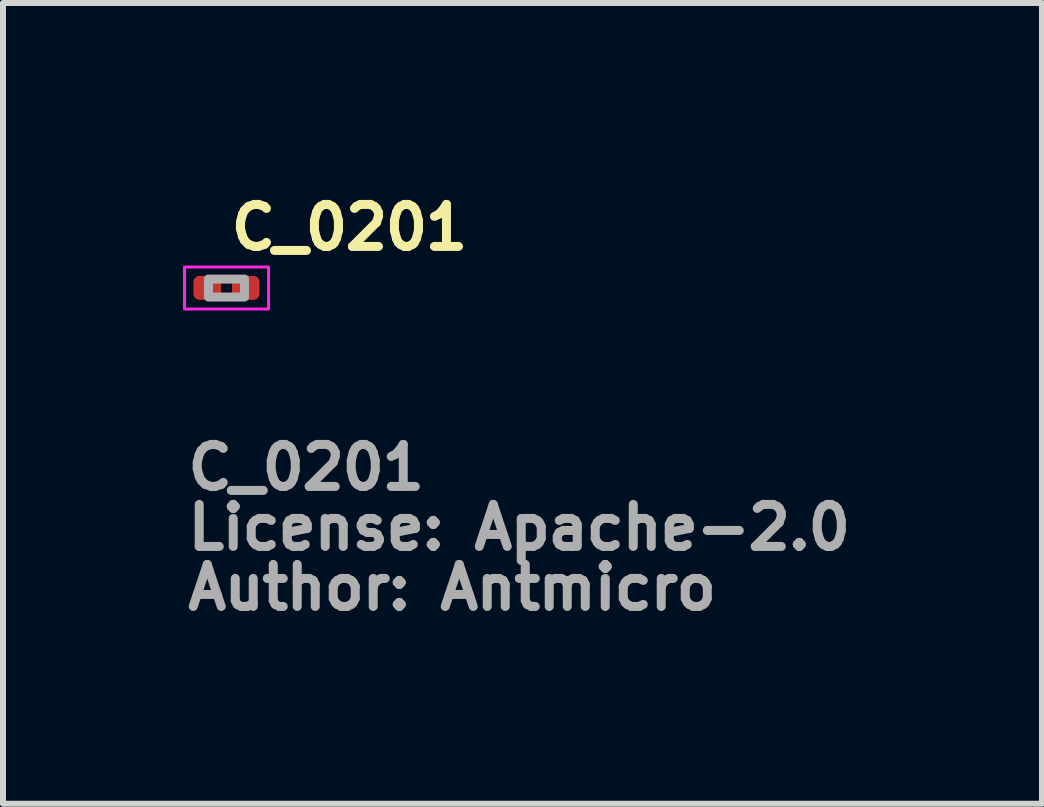
<source format=kicad_pcb>
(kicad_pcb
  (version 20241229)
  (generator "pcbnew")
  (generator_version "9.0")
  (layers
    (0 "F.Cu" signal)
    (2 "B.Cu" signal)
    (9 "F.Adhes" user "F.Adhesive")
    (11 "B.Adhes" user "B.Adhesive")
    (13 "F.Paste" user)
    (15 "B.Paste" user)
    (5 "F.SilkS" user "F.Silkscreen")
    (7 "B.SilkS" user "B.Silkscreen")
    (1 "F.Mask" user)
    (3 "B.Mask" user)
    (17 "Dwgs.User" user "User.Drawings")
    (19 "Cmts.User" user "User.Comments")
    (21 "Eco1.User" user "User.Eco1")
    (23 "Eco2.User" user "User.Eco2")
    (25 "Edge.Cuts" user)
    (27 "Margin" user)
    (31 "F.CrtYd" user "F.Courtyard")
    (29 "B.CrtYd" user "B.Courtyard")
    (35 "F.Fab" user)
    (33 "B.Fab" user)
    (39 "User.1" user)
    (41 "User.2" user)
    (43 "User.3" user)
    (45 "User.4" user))
  (footprint "C_0201"
    (layer "F.Cu")
    (at 0.725 1.75)
    (property "Reference" "C_0201" (at 0 -0.6 0) (layer "F.SilkS") (effects (font (size 0.7 0.7) (thickness 0.15)) (justify left bottom)))
    (attr smd)
    (fp_rect (start -0.7 -0.35) (end 0.7 0.35) (stroke (width 0.05) (type default)) (fill no) (layer "F.CrtYd"))
    (fp_rect (start 0.3 0.15) (end -0.301 -0.149) (stroke (width 0.15) (type solid)) (fill no) (layer "F.Fab"))
    (fp_rect (start -0.301 -0.166) (end 0.3 0.165) (stroke (width 0.1) (type solid)) (fill no) (layer "User.5"))
    (fp_line (start -0.301 -0.158) (end -0.301 -0.157) (stroke (width 0.02) (type solid)) (layer "User.9"))
    (fp_line (start -0.301 -0.157) (end -0.301 -0.156) (stroke (width 0.02) (type solid)) (layer "User.9"))
    (fp_line (start -0.301 -0.156) (end -0.301 -0.156) (stroke (width 0.02) (type solid)) (layer "User.9"))
    (fp_line (start -0.301 -0.156) (end -0.301 -0.154) (stroke (width 0.02) (type solid)) (layer "User.9"))
    (fp_line (start -0.301 -0.154) (end -0.301 -0.153) (stroke (width 0.02) (type solid)) (layer "User.9"))
    (fp_line (start -0.301 -0.153) (end -0.301 -0.153) (stroke (width 0.02) (type solid)) (layer "User.9"))
    (fp_line (start -0.301 -0.153) (end -0.301 -0.152) (stroke (width 0.02) (type solid)) (layer "User.9"))
    (fp_line (start -0.301 -0.152) (end -0.301 -0.151) (stroke (width 0.02) (type solid)) (layer "User.9"))
    (fp_line (start -0.301 -0.151) (end -0.301 -0.15) (stroke (width 0.02) (type solid)) (layer "User.9"))
    (fp_line (start -0.301 -0.15) (end -0.301 -0.149) (stroke (width 0.02) (type solid)) (layer "User.9"))
    (fp_line (start -0.301 -0.149) (end -0.301 -0.149) (stroke (width 0.02) (type solid)) (layer "User.9"))
    (fp_line (start -0.301 -0.149) (end -0.301 -0.149) (stroke (width 0.02) (type solid)) (layer "User.9"))
    (fp_line (start -0.301 -0.149) (end -0.301 -0.148) (stroke (width 0.02) (type solid)) (layer "User.9"))
    (fp_line (start -0.301 -0.148) (end -0.301 -0.147) (stroke (width 0.02) (type solid)) (layer "User.9"))
    (fp_line (start -0.301 -0.147) (end -0.301 -0.146) (stroke (width 0.02) (type solid)) (layer "User.9"))
    (fp_line (start -0.301 -0.146) (end -0.301 -0.146) (stroke (width 0.02) (type solid)) (layer "User.9"))
    (fp_line (start -0.301 -0.146) (end -0.301 -0.145) (stroke (width 0.02) (type solid)) (layer "User.9"))
    (fp_line (start -0.301 -0.145) (end -0.301 -0.144) (stroke (width 0.02) (type solid)) (layer "User.9"))
    (fp_line (start -0.301 -0.144) (end -0.301 -0.144) (stroke (width 0.02) (type solid)) (layer "User.9"))
    (fp_line (start -0.301 -0.144) (end -0.301 -0.143) (stroke (width 0.02) (type solid)) (layer "User.9"))
    (fp_line (start -0.301 -0.143) (end -0.301 -0.142) (stroke (width 0.02) (type solid)) (layer "User.9"))
    (fp_line (start -0.301 -0.142) (end -0.297 -0.142) (stroke (width 0.02) (type solid)) (layer "User.9"))
    (fp_line (start -0.301 0.143) (end -0.301 0.144) (stroke (width 0.02) (type solid)) (layer "User.9"))
    (fp_line (start -0.301 0.144) (end -0.301 0.144) (stroke (width 0.02) (type solid)) (layer "User.9"))
    (fp_line (start -0.301 0.144) (end -0.301 0.144) (stroke (width 0.02) (type solid)) (layer "User.9"))
    (fp_line (start -0.301 0.144) (end -0.301 0.146) (stroke (width 0.02) (type solid)) (layer "User.9"))
    (fp_line (start -0.301 0.146) (end -0.301 0.147) (stroke (width 0.02) (type solid)) (layer "User.9"))
    (fp_line (start -0.301 0.147) (end -0.301 0.147) (stroke (width 0.02) (type solid)) (layer "User.9"))
    (fp_line (start -0.301 0.147) (end -0.301 0.147) (stroke (width 0.02) (type solid)) (layer "User.9"))
    (fp_line (start -0.301 0.147) (end -0.301 0.148) (stroke (width 0.02) (type solid)) (layer "User.9"))
    (fp_line (start -0.301 0.148) (end -0.301 0.15) (stroke (width 0.02) (type solid)) (layer "User.9"))
    (fp_line (start -0.301 0.15) (end -0.301 -0.149) (stroke (width 0.02) (type solid)) (layer "User.9"))
    (fp_line (start -0.301 0.15) (end -0.301 0.15) (stroke (width 0.02) (type solid)) (layer "User.9"))
    (fp_line (start -0.301 0.15) (end -0.301 0.15) (stroke (width 0.02) (type solid)) (layer "User.9"))
    (fp_line (start -0.301 0.15) (end -0.301 0.151) (stroke (width 0.02) (type solid)) (layer "User.9"))
    (fp_line (start -0.301 0.151) (end -0.301 0.151) (stroke (width 0.02) (type solid)) (layer "User.9"))
    (fp_line (start -0.301 0.151) (end -0.301 0.151) (stroke (width 0.02) (type solid)) (layer "User.9"))
    (fp_line (start -0.301 0.151) (end -0.301 0.153) (stroke (width 0.02) (type solid)) (layer "User.9"))
    (fp_line (start -0.301 0.153) (end -0.301 0.153) (stroke (width 0.02) (type solid)) (layer "User.9"))
    (fp_line (start -0.301 0.153) (end -0.301 0.154) (stroke (width 0.02) (type solid)) (layer "User.9"))
    (fp_line (start -0.301 0.154) (end -0.301 0.155) (stroke (width 0.02) (type solid)) (layer "User.9"))
    (fp_line (start -0.301 0.155) (end -0.301 0.155) (stroke (width 0.02) (type solid)) (layer "User.9"))
    (fp_line (start -0.301 0.155) (end -0.301 0.155) (stroke (width 0.02) (type solid)) (layer "User.9"))
    (fp_line (start -0.301 0.155) (end -0.301 0.157) (stroke (width 0.02) (type solid)) (layer "User.9"))
    (fp_line (start -0.301 0.157) (end -0.297 0.157) (stroke (width 0.02) (type solid)) (layer "User.9"))
    (fp_line (start -0.297 -0.162) (end -0.297 -0.161) (stroke (width 0.02) (type solid)) (layer "User.9"))
    (fp_line (start -0.297 -0.161) (end -0.297 -0.161) (stroke (width 0.02) (type solid)) (layer "User.9"))
    (fp_line (start -0.297 -0.161) (end -0.297 -0.16) (stroke (width 0.02) (type solid)) (layer "User.9"))
    (fp_line (start -0.297 -0.16) (end -0.297 -0.159) (stroke (width 0.02) (type solid)) (layer "User.9"))
    (fp_line (start -0.297 -0.159) (end -0.297 -0.159) (stroke (width 0.02) (type solid)) (layer "User.9"))
    (fp_line (start -0.297 -0.159) (end -0.297 -0.158) (stroke (width 0.02) (type solid)) (layer "User.9"))
    (fp_line (start -0.297 -0.158) (end -0.301 -0.158) (stroke (width 0.02) (type solid)) (layer "User.9"))
    (fp_line (start -0.297 -0.142) (end -0.297 -0.141) (stroke (width 0.02) (type solid)) (layer "User.9"))
    (fp_line (start -0.297 -0.141) (end -0.297 -0.141) (stroke (width 0.02) (type solid)) (layer "User.9"))
    (fp_line (start -0.297 -0.141) (end -0.297 -0.14) (stroke (width 0.02) (type solid)) (layer "User.9"))
    (fp_line (start -0.297 -0.14) (end -0.297 -0.139) (stroke (width 0.02) (type solid)) (layer "User.9"))
    (fp_line (start -0.297 -0.139) (end -0.297 -0.139) (stroke (width 0.02) (type solid)) (layer "User.9"))
    (fp_line (start -0.297 -0.139) (end -0.297 -0.138) (stroke (width 0.02) (type solid)) (layer "User.9"))
    (fp_line (start -0.297 -0.138) (end -0.295 -0.138) (stroke (width 0.02) (type solid)) (layer "User.9"))
    (fp_line (start -0.297 0.138) (end -0.297 0.138) (stroke (width 0.02) (type solid)) (layer "User.9"))
    (fp_line (start -0.297 0.138) (end -0.297 0.138) (stroke (width 0.02) (type solid)) (layer "User.9"))
    (fp_line (start -0.297 0.138) (end -0.297 0.14) (stroke (width 0.02) (type solid)) (layer "User.9"))
    (fp_line (start -0.297 0.14) (end -0.297 0.142) (stroke (width 0.02) (type solid)) (layer "User.9"))
    (fp_line (start -0.297 0.142) (end -0.297 0.142) (stroke (width 0.02) (type solid)) (layer "User.9"))
    (fp_line (start -0.297 0.142) (end -0.297 0.143) (stroke (width 0.02) (type solid)) (layer "User.9"))
    (fp_line (start -0.297 0.143) (end -0.301 0.143) (stroke (width 0.02) (type solid)) (layer "User.9"))
    (fp_line (start -0.297 0.157) (end -0.297 0.158) (stroke (width 0.02) (type solid)) (layer "User.9"))
    (fp_line (start -0.297 0.158) (end -0.297 0.158) (stroke (width 0.02) (type solid)) (layer "User.9"))
    (fp_line (start -0.297 0.158) (end -0.297 0.159) (stroke (width 0.02) (type solid)) (layer "User.9"))
    (fp_line (start -0.297 0.159) (end -0.297 0.16) (stroke (width 0.02) (type solid)) (layer "User.9"))
    (fp_line (start -0.297 0.16) (end -0.297 0.16) (stroke (width 0.02) (type solid)) (layer "User.9"))
    (fp_line (start -0.297 0.16) (end -0.297 0.161) (stroke (width 0.02) (type solid)) (layer "User.9"))
    (fp_line (start -0.297 0.161) (end -0.295 0.161) (stroke (width 0.02) (type solid)) (layer "User.9"))
    (fp_line (start -0.295 -0.162) (end -0.297 -0.162) (stroke (width 0.02) (type solid)) (layer "User.9"))
    (fp_line (start -0.295 -0.138) (end -0.293 -0.137) (stroke (width 0.02) (type solid)) (layer "User.9"))
    (fp_line (start -0.295 0.138) (end -0.297 0.138) (stroke (width 0.02) (type solid)) (layer "User.9"))
    (fp_line (start -0.295 0.161) (end -0.293 0.162) (stroke (width 0.02) (type solid)) (layer "User.9"))
    (fp_line (start -0.293 -0.164) (end -0.293 -0.164) (stroke (width 0.02) (type solid)) (layer "User.9"))
    (fp_line (start -0.293 -0.164) (end -0.293 -0.163) (stroke (width 0.02) (type solid)) (layer "User.9"))
    (fp_line (start -0.293 -0.163) (end -0.295 -0.162) (stroke (width 0.02) (type solid)) (layer "User.9"))
    (fp_line (start -0.293 -0.163) (end -0.293 -0.163) (stroke (width 0.02) (type solid)) (layer "User.9"))
    (fp_line (start -0.293 -0.163) (end -0.293 -0.163) (stroke (width 0.02) (type solid)) (layer "User.9"))
    (fp_line (start -0.293 -0.137) (end -0.293 -0.137) (stroke (width 0.02) (type solid)) (layer "User.9"))
    (fp_line (start -0.293 -0.137) (end -0.293 -0.137) (stroke (width 0.02) (type solid)) (layer "User.9"))
    (fp_line (start -0.293 -0.137) (end -0.293 -0.136) (stroke (width 0.02) (type solid)) (layer "User.9"))
    (fp_line (start -0.293 -0.136) (end -0.293 -0.136) (stroke (width 0.02) (type solid)) (layer "User.9"))
    (fp_line (start -0.293 -0.136) (end -0.291 -0.136) (stroke (width 0.02) (type solid)) (layer "User.9"))
    (fp_line (start -0.293 0.135) (end -0.293 0.135) (stroke (width 0.02) (type solid)) (layer "User.9"))
    (fp_line (start -0.293 0.135) (end -0.293 0.137) (stroke (width 0.02) (type solid)) (layer "User.9"))
    (fp_line (start -0.293 0.137) (end -0.295 0.138) (stroke (width 0.02) (type solid)) (layer "User.9"))
    (fp_line (start -0.293 0.137) (end -0.293 0.137) (stroke (width 0.02) (type solid)) (layer "User.9"))
    (fp_line (start -0.293 0.137) (end -0.293 0.137) (stroke (width 0.02) (type solid)) (layer "User.9"))
    (fp_line (start -0.293 0.162) (end -0.293 0.162) (stroke (width 0.02) (type solid)) (layer "User.9"))
    (fp_line (start -0.293 0.162) (end -0.293 0.162) (stroke (width 0.02) (type solid)) (layer "User.9"))
    (fp_line (start -0.293 0.162) (end -0.293 0.163) (stroke (width 0.02) (type solid)) (layer "User.9"))
    (fp_line (start -0.293 0.163) (end -0.293 0.163) (stroke (width 0.02) (type solid)) (layer "User.9"))
    (fp_line (start -0.293 0.163) (end -0.291 0.163) (stroke (width 0.02) (type solid)) (layer "User.9"))
    (fp_line (start -0.291 -0.165) (end -0.291 -0.164) (stroke (width 0.02) (type solid)) (layer "User.9"))
    (fp_line (start -0.291 -0.164) (end -0.293 -0.164) (stroke (width 0.02) (type solid)) (layer "User.9"))
    (fp_line (start -0.291 -0.136) (end -0.291 -0.135) (stroke (width 0.02) (type solid)) (layer "User.9"))
    (fp_line (start -0.291 -0.135) (end -0.289 -0.135) (stroke (width 0.02) (type solid)) (layer "User.9"))
    (fp_line (start -0.291 0.135) (end -0.293 0.135) (stroke (width 0.02) (type solid)) (layer "User.9"))
    (fp_line (start -0.291 0.135) (end -0.291 0.135) (stroke (width 0.02) (type solid)) (layer "User.9"))
    (fp_line (start -0.291 0.163) (end -0.291 0.164) (stroke (width 0.02) (type solid)) (layer "User.9"))
    (fp_line (start -0.291 0.164) (end -0.289 0.164) (stroke (width 0.02) (type solid)) (layer "User.9"))
    (fp_line (start -0.289 -0.165) (end -0.291 -0.165) (stroke (width 0.02) (type solid)) (layer "User.9"))
    (fp_line (start -0.289 -0.165) (end -0.289 -0.165) (stroke (width 0.02) (type solid)) (layer "User.9"))
    (fp_line (start -0.289 -0.165) (end -0.289 -0.165) (stroke (width 0.02) (type solid)) (layer "User.9"))
    (fp_line (start -0.289 -0.165) (end -0.289 -0.165) (stroke (width 0.02) (type solid)) (layer "User.9"))
    (fp_line (start -0.289 -0.135) (end -0.289 -0.135) (stroke (width 0.02) (type solid)) (layer "User.9"))
    (fp_line (start -0.289 -0.135) (end -0.289 -0.135) (stroke (width 0.02) (type solid)) (layer "User.9"))
    (fp_line (start -0.289 -0.135) (end -0.289 -0.135) (stroke (width 0.02) (type solid)) (layer "User.9"))
    (fp_line (start -0.289 -0.135) (end -0.287 -0.135) (stroke (width 0.02) (type solid)) (layer "User.9"))
    (fp_line (start -0.289 0.135) (end -0.291 0.135) (stroke (width 0.02) (type solid)) (layer "User.9"))
    (fp_line (start -0.289 0.135) (end -0.289 0.135) (stroke (width 0.02) (type solid)) (layer "User.9"))
    (fp_line (start -0.289 0.135) (end -0.289 0.135) (stroke (width 0.02) (type solid)) (layer "User.9"))
    (fp_line (start -0.289 0.135) (end -0.289 0.135) (stroke (width 0.02) (type solid)) (layer "User.9"))
    (fp_line (start -0.289 0.164) (end -0.289 0.164) (stroke (width 0.02) (type solid)) (layer "User.9"))
    (fp_line (start -0.289 0.164) (end -0.289 0.164) (stroke (width 0.02) (type solid)) (layer "User.9"))
    (fp_line (start -0.289 0.164) (end -0.289 0.164) (stroke (width 0.02) (type solid)) (layer "User.9"))
    (fp_line (start -0.289 0.164) (end -0.287 0.164) (stroke (width 0.02) (type solid)) (layer "User.9"))
    (fp_line (start -0.287 -0.165) (end -0.289 -0.165) (stroke (width 0.02) (type solid)) (layer "User.9"))
    (fp_line (start -0.287 -0.135) (end -0.285 -0.135) (stroke (width 0.02) (type solid)) (layer "User.9"))
    (fp_line (start -0.287 0.135) (end -0.289 0.135) (stroke (width 0.02) (type solid)) (layer "User.9"))
    (fp_line (start -0.287 0.164) (end -0.285 0.164) (stroke (width 0.02) (type solid)) (layer "User.9"))
    (fp_line (start -0.285 -0.166) (end -0.285 -0.166) (stroke (width 0.02) (type solid)) (layer "User.9"))
    (fp_line (start -0.285 -0.166) (end -0.285 -0.165) (stroke (width 0.02) (type solid)) (layer "User.9"))
    (fp_line (start -0.285 -0.166) (end -0.152 -0.166) (stroke (width 0.02) (type solid)) (layer "User.9"))
    (fp_line (start -0.285 -0.165) (end -0.287 -0.165) (stroke (width 0.02) (type solid)) (layer "User.9"))
    (fp_line (start -0.285 -0.165) (end -0.285 -0.166) (stroke (width 0.02) (type solid)) (layer "User.9"))
    (fp_line (start -0.285 -0.165) (end -0.285 -0.165) (stroke (width 0.02) (type solid)) (layer "User.9"))
    (fp_line (start -0.285 -0.135) (end -0.285 -0.135) (stroke (width 0.02) (type solid)) (layer "User.9"))
    (fp_line (start -0.285 -0.135) (end -0.285 -0.135) (stroke (width 0.02) (type solid)) (layer "User.9"))
    (fp_line (start -0.285 -0.135) (end -0.285 -0.135) (stroke (width 0.02) (type solid)) (layer "User.9"))
    (fp_line (start -0.285 -0.135) (end -0.285 -0.135) (stroke (width 0.02) (type solid)) (layer "User.9"))
    (fp_line (start -0.285 -0.135) (end -0.283 -0.135) (stroke (width 0.02) (type solid)) (layer "User.9"))
    (fp_line (start -0.285 0.135) (end -0.287 0.135) (stroke (width 0.02) (type solid)) (layer "User.9"))
    (fp_line (start -0.285 0.135) (end -0.285 0.135) (stroke (width 0.02) (type solid)) (layer "User.9"))
    (fp_line (start -0.285 0.135) (end -0.285 0.135) (stroke (width 0.02) (type solid)) (layer "User.9"))
    (fp_line (start -0.285 0.135) (end -0.285 0.135) (stroke (width 0.02) (type solid)) (layer "User.9"))
    (fp_line (start -0.285 0.135) (end -0.285 0.135) (stroke (width 0.02) (type solid)) (layer "User.9"))
    (fp_line (start -0.285 0.164) (end -0.285 0.164) (stroke (width 0.02) (type solid)) (layer "User.9"))
    (fp_line (start -0.285 0.164) (end -0.285 0.165) (stroke (width 0.02) (type solid)) (layer "User.9"))
    (fp_line (start -0.285 0.164) (end -0.283 0.164) (stroke (width 0.02) (type solid)) (layer "User.9"))
    (fp_line (start -0.285 0.165) (end -0.285 0.164) (stroke (width 0.02) (type solid)) (layer "User.9"))
    (fp_line (start -0.285 0.165) (end -0.285 0.165) (stroke (width 0.02) (type solid)) (layer "User.9"))
    (fp_line (start -0.283 -0.165) (end -0.285 -0.165) (stroke (width 0.02) (type solid)) (layer "User.9"))
    (fp_line (start -0.283 -0.135) (end -0.281 -0.135) (stroke (width 0.02) (type solid)) (layer "User.9"))
    (fp_line (start -0.283 0.135) (end -0.285 0.135) (stroke (width 0.02) (type solid)) (layer "User.9"))
    (fp_line (start -0.283 0.164) (end -0.281 0.164) (stroke (width 0.02) (type solid)) (layer "User.9"))
    (fp_line (start -0.281 -0.165) (end -0.283 -0.165) (stroke (width 0.02) (type solid)) (layer "User.9"))
    (fp_line (start -0.281 -0.165) (end -0.281 -0.165) (stroke (width 0.02) (type solid)) (layer "User.9"))
    (fp_line (start -0.281 -0.165) (end -0.281 -0.165) (stroke (width 0.02) (type solid)) (layer "User.9"))
    (fp_line (start -0.281 -0.165) (end -0.281 -0.165) (stroke (width 0.02) (type solid)) (layer "User.9"))
    (fp_line (start -0.281 -0.164) (end -0.281 -0.165) (stroke (width 0.02) (type solid)) (layer "User.9"))
    (fp_line (start -0.281 -0.136) (end -0.279 -0.136) (stroke (width 0.02) (type solid)) (layer "User.9"))
    (fp_line (start -0.281 -0.135) (end -0.281 -0.136) (stroke (width 0.02) (type solid)) (layer "User.9"))
    (fp_line (start -0.281 -0.135) (end -0.281 -0.135) (stroke (width 0.02) (type solid)) (layer "User.9"))
    (fp_line (start -0.281 -0.135) (end -0.281 -0.135) (stroke (width 0.02) (type solid)) (layer "User.9"))
    (fp_line (start -0.281 -0.135) (end -0.281 -0.135) (stroke (width 0.02) (type solid)) (layer "User.9"))
    (fp_line (start -0.281 0.135) (end -0.283 0.135) (stroke (width 0.02) (type solid)) (layer "User.9"))
    (fp_line (start -0.281 0.135) (end -0.281 0.135) (stroke (width 0.02) (type solid)) (layer "User.9"))
    (fp_line (start -0.281 0.135) (end -0.281 0.135) (stroke (width 0.02) (type solid)) (layer "User.9"))
    (fp_line (start -0.281 0.135) (end -0.281 0.135) (stroke (width 0.02) (type solid)) (layer "User.9"))
    (fp_line (start -0.281 0.135) (end -0.281 0.135) (stroke (width 0.02) (type solid)) (layer "User.9"))
    (fp_line (start -0.281 0.163) (end -0.279 0.163) (stroke (width 0.02) (type solid)) (layer "User.9"))
    (fp_line (start -0.281 0.164) (end -0.281 0.163) (stroke (width 0.02) (type solid)) (layer "User.9"))
    (fp_line (start -0.281 0.164) (end -0.281 0.164) (stroke (width 0.02) (type solid)) (layer "User.9"))
    (fp_line (start -0.281 0.164) (end -0.281 0.164) (stroke (width 0.02) (type solid)) (layer "User.9"))
    (fp_line (start -0.281 0.164) (end -0.281 0.164) (stroke (width 0.02) (type solid)) (layer "User.9"))
    (fp_line (start -0.279 -0.164) (end -0.281 -0.164) (stroke (width 0.02) (type solid)) (layer "User.9"))
    (fp_line (start -0.279 -0.136) (end -0.277 -0.136) (stroke (width 0.02) (type solid)) (layer "User.9"))
    (fp_line (start -0.279 0.135) (end -0.281 0.135) (stroke (width 0.02) (type solid)) (layer "User.9"))
    (fp_line (start -0.279 0.163) (end -0.277 0.163) (stroke (width 0.02) (type solid)) (layer "User.9"))
    (fp_line (start -0.277 -0.164) (end -0.279 -0.164) (stroke (width 0.02) (type solid)) (layer "User.9"))
    (fp_line (start -0.277 -0.163) (end -0.277 -0.164) (stroke (width 0.02) (type solid)) (layer "User.9"))
    (fp_line (start -0.277 -0.163) (end -0.277 -0.163) (stroke (width 0.02) (type solid)) (layer "User.9"))
    (fp_line (start -0.277 -0.163) (end -0.277 -0.163) (stroke (width 0.02) (type solid)) (layer "User.9"))
    (fp_line (start -0.277 -0.162) (end -0.277 -0.163) (stroke (width 0.02) (type solid)) (layer "User.9"))
    (fp_line (start -0.277 -0.162) (end -0.277 -0.162) (stroke (width 0.02) (type solid)) (layer "User.9"))
    (fp_line (start -0.277 -0.161) (end -0.277 -0.162) (stroke (width 0.02) (type solid)) (layer "User.9"))
    (fp_line (start -0.277 -0.139) (end -0.275 -0.139) (stroke (width 0.02) (type solid)) (layer "User.9"))
    (fp_line (start -0.277 -0.138) (end -0.277 -0.139) (stroke (width 0.02) (type solid)) (layer "User.9"))
    (fp_line (start -0.277 -0.138) (end -0.277 -0.138) (stroke (width 0.02) (type solid)) (layer "User.9"))
    (fp_line (start -0.277 -0.137) (end -0.277 -0.138) (stroke (width 0.02) (type solid)) (layer "User.9"))
    (fp_line (start -0.277 -0.137) (end -0.277 -0.137) (stroke (width 0.02) (type solid)) (layer "User.9"))
    (fp_line (start -0.277 -0.137) (end -0.277 -0.137) (stroke (width 0.02) (type solid)) (layer "User.9"))
    (fp_line (start -0.277 -0.136) (end -0.277 -0.137) (stroke (width 0.02) (type solid)) (layer "User.9"))
    (fp_line (start -0.277 0.135) (end -0.279 0.135) (stroke (width 0.02) (type solid)) (layer "User.9"))
    (fp_line (start -0.277 0.137) (end -0.277 0.135) (stroke (width 0.02) (type solid)) (layer "User.9"))
    (fp_line (start -0.277 0.137) (end -0.277 0.137) (stroke (width 0.02) (type solid)) (layer "User.9"))
    (fp_line (start -0.277 0.137) (end -0.277 0.137) (stroke (width 0.02) (type solid)) (layer "User.9"))
    (fp_line (start -0.277 0.138) (end -0.277 0.137) (stroke (width 0.02) (type solid)) (layer "User.9"))
    (fp_line (start -0.277 0.138) (end -0.277 0.138) (stroke (width 0.02) (type solid)) (layer "User.9"))
    (fp_line (start -0.277 0.138) (end -0.277 0.138) (stroke (width 0.02) (type solid)) (layer "User.9"))
    (fp_line (start -0.277 0.16) (end -0.275 0.16) (stroke (width 0.02) (type solid)) (layer "User.9"))
    (fp_line (start -0.277 0.161) (end -0.277 0.16) (stroke (width 0.02) (type solid)) (layer "User.9"))
    (fp_line (start -0.277 0.161) (end -0.277 0.161) (stroke (width 0.02) (type solid)) (layer "User.9"))
    (fp_line (start -0.277 0.162) (end -0.277 0.161) (stroke (width 0.02) (type solid)) (layer "User.9"))
    (fp_line (start -0.277 0.162) (end -0.277 0.162) (stroke (width 0.02) (type solid)) (layer "User.9"))
    (fp_line (start -0.277 0.162) (end -0.277 0.162) (stroke (width 0.02) (type solid)) (layer "User.9"))
    (fp_line (start -0.277 0.163) (end -0.277 0.162) (stroke (width 0.02) (type solid)) (layer "User.9"))
    (fp_line (start -0.275 -0.161) (end -0.277 -0.161) (stroke (width 0.02) (type solid)) (layer "User.9"))
    (fp_line (start -0.275 -0.16) (end -0.275 -0.161) (stroke (width 0.02) (type solid)) (layer "User.9"))
    (fp_line (start -0.275 -0.14) (end -0.273 -0.141) (stroke (width 0.02) (type solid)) (layer "User.9"))
    (fp_line (start -0.275 -0.139) (end -0.275 -0.14) (stroke (width 0.02) (type solid)) (layer "User.9"))
    (fp_line (start -0.275 0.138) (end -0.277 0.138) (stroke (width 0.02) (type solid)) (layer "User.9"))
    (fp_line (start -0.275 0.14) (end -0.275 0.138) (stroke (width 0.02) (type solid)) (layer "User.9"))
    (fp_line (start -0.275 0.159) (end -0.273 0.158) (stroke (width 0.02) (type solid)) (layer "User.9"))
    (fp_line (start -0.275 0.16) (end -0.275 0.159) (stroke (width 0.02) (type solid)) (layer "User.9"))
    (fp_line (start -0.273 -0.159) (end -0.275 -0.16) (stroke (width 0.02) (type solid)) (layer "User.9"))
    (fp_line (start -0.273 -0.159) (end -0.273 -0.159) (stroke (width 0.02) (type solid)) (layer "User.9"))
    (fp_line (start -0.273 -0.158) (end -0.273 -0.159) (stroke (width 0.02) (type solid)) (layer "User.9"))
    (fp_line (start -0.273 -0.158) (end -0.273 -0.158) (stroke (width 0.02) (type solid)) (layer "User.9"))
    (fp_line (start -0.273 -0.157) (end -0.273 -0.158) (stroke (width 0.02) (type solid)) (layer "User.9"))
    (fp_line (start -0.273 -0.156) (end -0.273 -0.157) (stroke (width 0.02) (type solid)) (layer "User.9"))
    (fp_line (start -0.273 -0.156) (end -0.273 -0.156) (stroke (width 0.02) (type solid)) (layer "User.9"))
    (fp_line (start -0.273 -0.154) (end -0.273 -0.156) (stroke (width 0.02) (type solid)) (layer "User.9"))
    (fp_line (start -0.273 -0.153) (end -0.273 -0.154) (stroke (width 0.02) (type solid)) (layer "User.9"))
    (fp_line (start -0.273 -0.153) (end -0.273 -0.153) (stroke (width 0.02) (type solid)) (layer "User.9"))
    (fp_line (start -0.273 -0.152) (end -0.273 -0.153) (stroke (width 0.02) (type solid)) (layer "User.9"))
    (fp_line (start -0.273 -0.151) (end -0.273 -0.152) (stroke (width 0.02) (type solid)) (layer "User.9"))
    (fp_line (start -0.273 -0.15) (end -0.273 -0.151) (stroke (width 0.02) (type solid)) (layer "User.9"))
    (fp_line (start -0.273 -0.149) (end -0.273 -0.15) (stroke (width 0.02) (type solid)) (layer "User.9"))
    (fp_line (start -0.273 -0.149) (end -0.273 -0.149) (stroke (width 0.02) (type solid)) (layer "User.9"))
    (fp_line (start -0.273 -0.149) (end -0.273 -0.149) (stroke (width 0.02) (type solid)) (layer "User.9"))
    (fp_line (start -0.273 -0.149) (end -0.273 -0.149) (stroke (width 0.02) (type solid)) (layer "User.9"))
    (fp_line (start -0.273 -0.148) (end -0.273 -0.149) (stroke (width 0.02) (type solid)) (layer "User.9"))
    (fp_line (start -0.273 -0.147) (end -0.273 -0.148) (stroke (width 0.02) (type solid)) (layer "User.9"))
    (fp_line (start -0.273 -0.146) (end -0.273 -0.147) (stroke (width 0.02) (type solid)) (layer "User.9"))
    (fp_line (start -0.273 -0.146) (end -0.273 -0.146) (stroke (width 0.02) (type solid)) (layer "User.9"))
    (fp_line (start -0.273 -0.145) (end -0.273 -0.146) (stroke (width 0.02) (type solid)) (layer "User.9"))
    (fp_line (start -0.273 -0.144) (end -0.273 -0.145) (stroke (width 0.02) (type solid)) (layer "User.9"))
    (fp_line (start -0.273 -0.144) (end -0.273 -0.144) (stroke (width 0.02) (type solid)) (layer "User.9"))
    (fp_line (start -0.273 -0.143) (end -0.273 -0.144) (stroke (width 0.02) (type solid)) (layer "User.9"))
    (fp_line (start -0.273 -0.142) (end -0.273 -0.143) (stroke (width 0.02) (type solid)) (layer "User.9"))
    (fp_line (start -0.273 -0.142) (end -0.273 -0.142) (stroke (width 0.02) (type solid)) (layer "User.9"))
    (fp_line (start -0.273 -0.141) (end -0.273 -0.142) (stroke (width 0.02) (type solid)) (layer "User.9"))
    (fp_line (start -0.273 -0.141) (end -0.273 -0.141) (stroke (width 0.02) (type solid)) (layer "User.9"))
    (fp_line (start -0.273 0.142) (end -0.275 0.14) (stroke (width 0.02) (type solid)) (layer "User.9"))
    (fp_line (start -0.273 0.142) (end -0.273 0.142) (stroke (width 0.02) (type solid)) (layer "User.9"))
    (fp_line (start -0.273 0.143) (end -0.273 0.142) (stroke (width 0.02) (type solid)) (layer "User.9"))
    (fp_line (start -0.273 0.143) (end -0.273 0.143) (stroke (width 0.02) (type solid)) (layer "User.9"))
    (fp_line (start -0.273 0.144) (end -0.273 0.143) (stroke (width 0.02) (type solid)) (layer "User.9"))
    (fp_line (start -0.273 0.144) (end -0.273 0.144) (stroke (width 0.02) (type solid)) (layer "User.9"))
    (fp_line (start -0.273 0.144) (end -0.273 0.144) (stroke (width 0.02) (type solid)) (layer "User.9"))
    (fp_line (start -0.273 0.146) (end -0.273 0.144) (stroke (width 0.02) (type solid)) (layer "User.9"))
    (fp_line (start -0.273 0.147) (end -0.273 0.146) (stroke (width 0.02) (type solid)) (layer "User.9"))
    (fp_line (start -0.273 0.147) (end -0.273 0.147) (stroke (width 0.02) (type solid)) (layer "User.9"))
    (fp_line (start -0.273 0.147) (end -0.273 0.147) (stroke (width 0.02) (type solid)) (layer "User.9"))
    (fp_line (start -0.273 0.148) (end -0.273 0.147) (stroke (width 0.02) (type solid)) (layer "User.9"))
    (fp_line (start -0.273 0.15) (end -0.273 0.148) (stroke (width 0.02) (type solid)) (layer "User.9"))
    (fp_line (start -0.273 0.15) (end -0.273 0.15) (stroke (width 0.02) (type solid)) (layer "User.9"))
    (fp_line (start -0.273 0.15) (end -0.273 0.15) (stroke (width 0.02) (type solid)) (layer "User.9"))
    (fp_line (start -0.273 0.15) (end -0.273 0.15) (stroke (width 0.02) (type solid)) (layer "User.9"))
    (fp_line (start -0.273 0.151) (end -0.273 0.15) (stroke (width 0.02) (type solid)) (layer "User.9"))
    (fp_line (start -0.273 0.151) (end -0.273 0.151) (stroke (width 0.02) (type solid)) (layer "User.9"))
    (fp_line (start -0.273 0.151) (end -0.273 0.151) (stroke (width 0.02) (type solid)) (layer "User.9"))
    (fp_line (start -0.273 0.153) (end -0.273 0.151) (stroke (width 0.02) (type solid)) (layer "User.9"))
    (fp_line (start -0.273 0.153) (end -0.273 0.153) (stroke (width 0.02) (type solid)) (layer "User.9"))
    (fp_line (start -0.273 0.154) (end -0.273 0.153) (stroke (width 0.02) (type solid)) (layer "User.9"))
    (fp_line (start -0.273 0.155) (end -0.273 0.154) (stroke (width 0.02) (type solid)) (layer "User.9"))
    (fp_line (start -0.273 0.155) (end -0.273 0.155) (stroke (width 0.02) (type solid)) (layer "User.9"))
    (fp_line (start -0.273 0.155) (end -0.273 0.155) (stroke (width 0.02) (type solid)) (layer "User.9"))
    (fp_line (start -0.273 0.157) (end -0.273 0.155) (stroke (width 0.02) (type solid)) (layer "User.9"))
    (fp_line (start -0.273 0.157) (end -0.273 0.157) (stroke (width 0.02) (type solid)) (layer "User.9"))
    (fp_line (start -0.273 0.158) (end -0.273 0.157) (stroke (width 0.02) (type solid)) (layer "User.9"))
    (fp_line (start -0.273 0.158) (end -0.273 0.158) (stroke (width 0.02) (type solid)) (layer "User.9"))
    (fp_line (start -0.152 -0.166) (end -0.152 -0.149) (stroke (width 0.02) (type solid)) (layer "User.9"))
    (fp_line (start -0.152 -0.149) (end -0.152 0.15) (stroke (width 0.02) (type solid)) (layer "User.9"))
    (fp_line (start -0.152 0.15) (end -0.152 0.165) (stroke (width 0.02) (type solid)) (layer "User.9"))
    (fp_line (start -0.152 0.165) (end -0.285 0.165) (stroke (width 0.02) (type solid)) (layer "User.9"))
    (fp_line (start 0.151 -0.166) (end 0.151 -0.149) (stroke (width 0.02) (type solid)) (layer "User.9"))
    (fp_line (start 0.151 -0.158) (end -0.152 -0.158) (stroke (width 0.02) (type solid)) (layer "User.9"))
    (fp_line (start 0.151 -0.149) (end 0.151 0.15) (stroke (width 0.02) (type solid)) (layer "User.9"))
    (fp_line (start 0.151 0.15) (end 0.151 0.165) (stroke (width 0.02) (type solid)) (layer "User.9"))
    (fp_line (start 0.151 0.157) (end -0.152 0.157) (stroke (width 0.02) (type solid)) (layer "User.9"))
    (fp_line (start 0.151 0.165) (end 0.284 0.165) (stroke (width 0.02) (type solid)) (layer "User.9"))
    (fp_line (start 0.27 -0.158) (end 0.27 -0.157) (stroke (width 0.02) (type solid)) (layer "User.9"))
    (fp_line (start 0.27 -0.157) (end 0.27 -0.156) (stroke (width 0.02) (type solid)) (layer "User.9"))
    (fp_line (start 0.27 -0.156) (end 0.27 -0.156) (stroke (width 0.02) (type solid)) (layer "User.9"))
    (fp_line (start 0.27 -0.156) (end 0.27 -0.154) (stroke (width 0.02) (type solid)) (layer "User.9"))
    (fp_line (start 0.27 -0.154) (end 0.27 -0.153) (stroke (width 0.02) (type solid)) (layer "User.9"))
    (fp_line (start 0.27 -0.153) (end 0.27 -0.153) (stroke (width 0.02) (type solid)) (layer "User.9"))
    (fp_line (start 0.27 -0.153) (end 0.27 -0.152) (stroke (width 0.02) (type solid)) (layer "User.9"))
    (fp_line (start 0.27 -0.152) (end 0.27 -0.151) (stroke (width 0.02) (type solid)) (layer "User.9"))
    (fp_line (start 0.27 -0.151) (end 0.27 -0.15) (stroke (width 0.02) (type solid)) (layer "User.9"))
    (fp_line (start 0.27 -0.15) (end 0.27 -0.149) (stroke (width 0.02) (type solid)) (layer "User.9"))
    (fp_line (start 0.27 -0.149) (end 0.27 -0.149) (stroke (width 0.02) (type solid)) (layer "User.9"))
    (fp_line (start 0.27 -0.149) (end 0.27 -0.149) (stroke (width 0.02) (type solid)) (layer "User.9"))
    (fp_line (start 0.27 -0.149) (end 0.27 -0.148) (stroke (width 0.02) (type solid)) (layer "User.9"))
    (fp_line (start 0.27 -0.148) (end 0.27 -0.147) (stroke (width 0.02) (type solid)) (layer "User.9"))
    (fp_line (start 0.27 -0.147) (end 0.27 -0.146) (stroke (width 0.02) (type solid)) (layer "User.9"))
    (fp_line (start 0.27 -0.146) (end 0.27 -0.146) (stroke (width 0.02) (type solid)) (layer "User.9"))
    (fp_line (start 0.27 -0.146) (end 0.27 -0.145) (stroke (width 0.02) (type solid)) (layer "User.9"))
    (fp_line (start 0.27 -0.145) (end 0.27 -0.144) (stroke (width 0.02) (type solid)) (layer "User.9"))
    (fp_line (start 0.27 -0.144) (end 0.27 -0.144) (stroke (width 0.02) (type solid)) (layer "User.9"))
    (fp_line (start 0.27 -0.144) (end 0.27 -0.143) (stroke (width 0.02) (type solid)) (layer "User.9"))
    (fp_line (start 0.27 -0.143) (end 0.27 -0.142) (stroke (width 0.02) (type solid)) (layer "User.9"))
    (fp_line (start 0.27 -0.142) (end 0.272 -0.142) (stroke (width 0.02) (type solid)) (layer "User.9"))
    (fp_line (start 0.27 0.143) (end 0.27 0.144) (stroke (width 0.02) (type solid)) (layer "User.9"))
    (fp_line (start 0.27 0.144) (end 0.27 0.144) (stroke (width 0.02) (type solid)) (layer "User.9"))
    (fp_line (start 0.27 0.144) (end 0.27 0.144) (stroke (width 0.02) (type solid)) (layer "User.9"))
    (fp_line (start 0.27 0.144) (end 0.27 0.146) (stroke (width 0.02) (type solid)) (layer "User.9"))
    (fp_line (start 0.27 0.146) (end 0.27 0.147) (stroke (width 0.02) (type solid)) (layer "User.9"))
    (fp_line (start 0.27 0.147) (end 0.27 0.147) (stroke (width 0.02) (type solid)) (layer "User.9"))
    (fp_line (start 0.27 0.147) (end 0.27 0.147) (stroke (width 0.02) (type solid)) (layer "User.9"))
    (fp_line (start 0.27 0.147) (end 0.27 0.148) (stroke (width 0.02) (type solid)) (layer "User.9"))
    (fp_line (start 0.27 0.148) (end 0.27 0.15) (stroke (width 0.02) (type solid)) (layer "User.9"))
    (fp_line (start 0.27 0.15) (end 0.27 0.15) (stroke (width 0.02) (type solid)) (layer "User.9"))
    (fp_line (start 0.27 0.15) (end 0.27 0.15) (stroke (width 0.02) (type solid)) (layer "User.9"))
    (fp_line (start 0.27 0.15) (end 0.27 0.151) (stroke (width 0.02) (type solid)) (layer "User.9"))
    (fp_line (start 0.27 0.151) (end 0.27 0.151) (stroke (width 0.02) (type solid)) (layer "User.9"))
    (fp_line (start 0.27 0.151) (end 0.27 0.151) (stroke (width 0.02) (type solid)) (layer "User.9"))
    (fp_line (start 0.27 0.151) (end 0.27 0.153) (stroke (width 0.02) (type solid)) (layer "User.9"))
    (fp_line (start 0.27 0.153) (end 0.27 0.153) (stroke (width 0.02) (type solid)) (layer "User.9"))
    (fp_line (start 0.27 0.153) (end 0.27 0.154) (stroke (width 0.02) (type solid)) (layer "User.9"))
    (fp_line (start 0.27 0.154) (end 0.27 0.155) (stroke (width 0.02) (type solid)) (layer "User.9"))
    (fp_line (start 0.27 0.155) (end 0.27 0.155) (stroke (width 0.02) (type solid)) (layer "User.9"))
    (fp_line (start 0.27 0.155) (end 0.27 0.155) (stroke (width 0.02) (type solid)) (layer "User.9"))
    (fp_line (start 0.27 0.155) (end 0.27 0.157) (stroke (width 0.02) (type solid)) (layer "User.9"))
    (fp_line (start 0.27 0.157) (end 0.272 0.157) (stroke (width 0.02) (type solid)) (layer "User.9"))
    (fp_line (start 0.272 -0.162) (end 0.272 -0.161) (stroke (width 0.02) (type solid)) (layer "User.9"))
    (fp_line (start 0.272 -0.161) (end 0.272 -0.161) (stroke (width 0.02) (type solid)) (layer "User.9"))
    (fp_line (start 0.272 -0.161) (end 0.272 -0.16) (stroke (width 0.02) (type solid)) (layer "User.9"))
    (fp_line (start 0.272 -0.16) (end 0.272 -0.159) (stroke (width 0.02) (type solid)) (layer "User.9"))
    (fp_line (start 0.272 -0.159) (end 0.272 -0.159) (stroke (width 0.02) (type solid)) (layer "User.9"))
    (fp_line (start 0.272 -0.159) (end 0.272 -0.158) (stroke (width 0.02) (type solid)) (layer "User.9"))
    (fp_line (start 0.272 -0.158) (end 0.27 -0.158) (stroke (width 0.02) (type solid)) (layer "User.9"))
    (fp_line (start 0.272 -0.142) (end 0.272 -0.141) (stroke (width 0.02) (type solid)) (layer "User.9"))
    (fp_line (start 0.272 -0.141) (end 0.272 -0.141) (stroke (width 0.02) (type solid)) (layer "User.9"))
    (fp_line (start 0.272 -0.141) (end 0.272 -0.14) (stroke (width 0.02) (type solid)) (layer "User.9"))
    (fp_line (start 0.272 -0.14) (end 0.272 -0.139) (stroke (width 0.02) (type solid)) (layer "User.9"))
    (fp_line (start 0.272 -0.139) (end 0.272 -0.139) (stroke (width 0.02) (type solid)) (layer "User.9"))
    (fp_line (start 0.272 -0.139) (end 0.272 -0.138) (stroke (width 0.02) (type solid)) (layer "User.9"))
    (fp_line (start 0.272 -0.138) (end 0.274 -0.138) (stroke (width 0.02) (type solid)) (layer "User.9"))
    (fp_line (start 0.272 0.138) (end 0.272 0.138) (stroke (width 0.02) (type solid)) (layer "User.9"))
    (fp_line (start 0.272 0.138) (end 0.272 0.138) (stroke (width 0.02) (type solid)) (layer "User.9"))
    (fp_line (start 0.272 0.138) (end 0.272 0.14) (stroke (width 0.02) (type solid)) (layer "User.9"))
    (fp_line (start 0.272 0.14) (end 0.272 0.142) (stroke (width 0.02) (type solid)) (layer "User.9"))
    (fp_line (start 0.272 0.142) (end 0.272 0.142) (stroke (width 0.02) (type solid)) (layer "User.9"))
    (fp_line (start 0.272 0.142) (end 0.272 0.143) (stroke (width 0.02) (type solid)) (layer "User.9"))
    (fp_line (start 0.272 0.143) (end 0.27 0.143) (stroke (width 0.02) (type solid)) (layer "User.9"))
    (fp_line (start 0.272 0.157) (end 0.272 0.158) (stroke (width 0.02) (type solid)) (layer "User.9"))
    (fp_line (start 0.272 0.158) (end 0.272 0.158) (stroke (width 0.02) (type solid)) (layer "User.9"))
    (fp_line (start 0.272 0.158) (end 0.272 0.159) (stroke (width 0.02) (type solid)) (layer "User.9"))
    (fp_line (start 0.272 0.159) (end 0.272 0.16) (stroke (width 0.02) (type solid)) (layer "User.9"))
    (fp_line (start 0.272 0.16) (end 0.272 0.16) (stroke (width 0.02) (type solid)) (layer "User.9"))
    (fp_line (start 0.272 0.16) (end 0.272 0.161) (stroke (width 0.02) (type solid)) (layer "User.9"))
    (fp_line (start 0.272 0.161) (end 0.274 0.161) (stroke (width 0.02) (type solid)) (layer "User.9"))
    (fp_line (start 0.274 -0.162) (end 0.272 -0.162) (stroke (width 0.02) (type solid)) (layer "User.9"))
    (fp_line (start 0.274 -0.138) (end 0.276 -0.137) (stroke (width 0.02) (type solid)) (layer "User.9"))
    (fp_line (start 0.274 0.138) (end 0.272 0.138) (stroke (width 0.02) (type solid)) (layer "User.9"))
    (fp_line (start 0.274 0.161) (end 0.276 0.162) (stroke (width 0.02) (type solid)) (layer "User.9"))
    (fp_line (start 0.276 -0.164) (end 0.276 -0.163) (stroke (width 0.02) (type solid)) (layer "User.9"))
    (fp_line (start 0.276 -0.163) (end 0.274 -0.162) (stroke (width 0.02) (type solid)) (layer "User.9"))
    (fp_line (start 0.276 -0.163) (end 0.276 -0.163) (stroke (width 0.02) (type solid)) (layer "User.9"))
    (fp_line (start 0.276 -0.163) (end 0.276 -0.163) (stroke (width 0.02) (type solid)) (layer "User.9"))
    (fp_line (start 0.276 -0.137) (end 0.276 -0.137) (stroke (width 0.02) (type solid)) (layer "User.9"))
    (fp_line (start 0.276 -0.137) (end 0.276 -0.137) (stroke (width 0.02) (type solid)) (layer "User.9"))
    (fp_line (start 0.276 -0.137) (end 0.276 -0.136) (stroke (width 0.02) (type solid)) (layer "User.9"))
    (fp_line (start 0.276 -0.136) (end 0.278 -0.136) (stroke (width 0.02) (type solid)) (layer "User.9"))
    (fp_line (start 0.276 0.135) (end 0.276 0.137) (stroke (width 0.02) (type solid)) (layer "User.9"))
    (fp_line (start 0.276 0.137) (end 0.274 0.138) (stroke (width 0.02) (type solid)) (layer "User.9"))
    (fp_line (start 0.276 0.137) (end 0.276 0.137) (stroke (width 0.02) (type solid)) (layer "User.9"))
    (fp_line (start 0.276 0.137) (end 0.276 0.137) (stroke (width 0.02) (type solid)) (layer "User.9"))
    (fp_line (start 0.276 0.162) (end 0.276 0.162) (stroke (width 0.02) (type solid)) (layer "User.9"))
    (fp_line (start 0.276 0.162) (end 0.276 0.162) (stroke (width 0.02) (type solid)) (layer "User.9"))
    (fp_line (start 0.276 0.162) (end 0.276 0.163) (stroke (width 0.02) (type solid)) (layer "User.9"))
    (fp_line (start 0.276 0.163) (end 0.278 0.163) (stroke (width 0.02) (type solid)) (layer "User.9"))
    (fp_line (start 0.278 -0.165) (end 0.278 -0.164) (stroke (width 0.02) (type solid)) (layer "User.9"))
    (fp_line (start 0.278 -0.164) (end 0.276 -0.164) (stroke (width 0.02) (type solid)) (layer "User.9"))
    (fp_line (start 0.278 -0.164) (end 0.278 -0.164) (stroke (width 0.02) (type solid)) (layer "User.9"))
    (fp_line (start 0.278 -0.136) (end 0.278 -0.136) (stroke (width 0.02) (type solid)) (layer "User.9"))
    (fp_line (start 0.278 -0.136) (end 0.278 -0.135) (stroke (width 0.02) (type solid)) (layer "User.9"))
    (fp_line (start 0.278 -0.135) (end 0.28 -0.135) (stroke (width 0.02) (type solid)) (layer "User.9"))
    (fp_line (start 0.278 0.135) (end 0.276 0.135) (stroke (width 0.02) (type solid)) (layer "User.9"))
    (fp_line (start 0.278 0.135) (end 0.278 0.135) (stroke (width 0.02) (type solid)) (layer "User.9"))
    (fp_line (start 0.278 0.135) (end 0.278 0.135) (stroke (width 0.02) (type solid)) (layer "User.9"))
    (fp_line (start 0.278 0.163) (end 0.278 0.163) (stroke (width 0.02) (type solid)) (layer "User.9"))
    (fp_line (start 0.278 0.163) (end 0.278 0.164) (stroke (width 0.02) (type solid)) (layer "User.9"))
    (fp_line (start 0.278 0.164) (end 0.28 0.164) (stroke (width 0.02) (type solid)) (layer "User.9"))
    (fp_line (start 0.28 -0.165) (end 0.278 -0.165) (stroke (width 0.02) (type solid)) (layer "User.9"))
    (fp_line (start 0.28 -0.135) (end 0.282 -0.135) (stroke (width 0.02) (type solid)) (layer "User.9"))
    (fp_line (start 0.28 0.135) (end 0.278 0.135) (stroke (width 0.02) (type solid)) (layer "User.9"))
    (fp_line (start 0.28 0.164) (end 0.282 0.164) (stroke (width 0.02) (type solid)) (layer "User.9"))
    (fp_line (start 0.282 -0.165) (end 0.28 -0.165) (stroke (width 0.02) (type solid)) (layer "User.9"))
    (fp_line (start 0.282 -0.165) (end 0.282 -0.165) (stroke (width 0.02) (type solid)) (layer "User.9"))
    (fp_line (start 0.282 -0.165) (end 0.282 -0.165) (stroke (width 0.02) (type solid)) (layer "User.9"))
    (fp_line (start 0.282 -0.165) (end 0.282 -0.165) (stroke (width 0.02) (type solid)) (layer "User.9"))
    (fp_line (start 0.282 -0.135) (end 0.282 -0.135) (stroke (width 0.02) (type solid)) (layer "User.9"))
    (fp_line (start 0.282 -0.135) (end 0.282 -0.135) (stroke (width 0.02) (type solid)) (layer "User.9"))
    (fp_line (start 0.282 -0.135) (end 0.282 -0.135) (stroke (width 0.02) (type solid)) (layer "User.9"))
    (fp_line (start 0.282 -0.135) (end 0.284 -0.135) (stroke (width 0.02) (type solid)) (layer "User.9"))
    (fp_line (start 0.282 0.135) (end 0.28 0.135) (stroke (width 0.02) (type solid)) (layer "User.9"))
    (fp_line (start 0.282 0.135) (end 0.282 0.135) (stroke (width 0.02) (type solid)) (layer "User.9"))
    (fp_line (start 0.282 0.135) (end 0.282 0.135) (stroke (width 0.02) (type solid)) (layer "User.9"))
    (fp_line (start 0.282 0.135) (end 0.282 0.135) (stroke (width 0.02) (type solid)) (layer "User.9"))
    (fp_line (start 0.282 0.164) (end 0.282 0.164) (stroke (width 0.02) (type solid)) (layer "User.9"))
    (fp_line (start 0.282 0.164) (end 0.282 0.164) (stroke (width 0.02) (type solid)) (layer "User.9"))
    (fp_line (start 0.282 0.164) (end 0.282 0.164) (stroke (width 0.02) (type solid)) (layer "User.9"))
    (fp_line (start 0.282 0.164) (end 0.284 0.164) (stroke (width 0.02) (type solid)) (layer "User.9"))
    (fp_line (start 0.284 -0.166) (end 0.151 -0.166) (stroke (width 0.02) (type solid)) (layer "User.9"))
    (fp_line (start 0.284 -0.166) (end 0.284 -0.166) (stroke (width 0.02) (type solid)) (layer "User.9"))
    (fp_line (start 0.284 -0.166) (end 0.284 -0.165) (stroke (width 0.02) (type solid)) (layer "User.9"))
    (fp_line (start 0.284 -0.165) (end 0.282 -0.165) (stroke (width 0.02) (type solid)) (layer "User.9"))
    (fp_line (start 0.284 -0.135) (end 0.284 -0.135) (stroke (width 0.02) (type solid)) (layer "User.9"))
    (fp_line (start 0.284 -0.135) (end 0.284 -0.135) (stroke (width 0.02) (type solid)) (layer "User.9"))
    (fp_line (start 0.284 -0.135) (end 0.286 -0.135) (stroke (width 0.02) (type solid)) (layer "User.9"))
    (fp_line (start 0.284 0.135) (end 0.282 0.135) (stroke (width 0.02) (type solid)) (layer "User.9"))
    (fp_line (start 0.284 0.135) (end 0.284 0.135) (stroke (width 0.02) (type solid)) (layer "User.9"))
    (fp_line (start 0.284 0.135) (end 0.284 0.135) (stroke (width 0.02) (type solid)) (layer "User.9"))
    (fp_line (start 0.284 0.164) (end 0.284 0.165) (stroke (width 0.02) (type solid)) (layer "User.9"))
    (fp_line (start 0.284 0.165) (end 0.284 0.165) (stroke (width 0.02) (type solid)) (layer "User.9"))
    (fp_line (start 0.284 0.165) (end 0.286 0.164) (stroke (width 0.02) (type solid)) (layer "User.9"))
    (fp_line (start 0.286 -0.165) (end 0.284 -0.166) (stroke (width 0.02) (type solid)) (layer "User.9"))
    (fp_line (start 0.286 -0.165) (end 0.286 -0.165) (stroke (width 0.02) (type solid)) (layer "User.9"))
    (fp_line (start 0.286 -0.165) (end 0.286 -0.165) (stroke (width 0.02) (type solid)) (layer "User.9"))
    (fp_line (start 0.286 -0.135) (end 0.286 -0.135) (stroke (width 0.02) (type solid)) (layer "User.9"))
    (fp_line (start 0.286 -0.135) (end 0.286 -0.135) (stroke (width 0.02) (type solid)) (layer "User.9"))
    (fp_line (start 0.286 -0.135) (end 0.288 -0.135) (stroke (width 0.02) (type solid)) (layer "User.9"))
    (fp_line (start 0.286 0.135) (end 0.284 0.135) (stroke (width 0.02) (type solid)) (layer "User.9"))
    (fp_line (start 0.286 0.135) (end 0.286 0.135) (stroke (width 0.02) (type solid)) (layer "User.9"))
    (fp_line (start 0.286 0.135) (end 0.286 0.135) (stroke (width 0.02) (type solid)) (layer "User.9"))
    (fp_line (start 0.286 0.164) (end 0.286 0.164) (stroke (width 0.02) (type solid)) (layer "User.9"))
    (fp_line (start 0.286 0.164) (end 0.286 0.164) (stroke (width 0.02) (type solid)) (layer "User.9"))
    (fp_line (start 0.286 0.164) (end 0.288 0.164) (stroke (width 0.02) (type solid)) (layer "User.9"))
    (fp_line (start 0.288 -0.165) (end 0.286 -0.165) (stroke (width 0.02) (type solid)) (layer "User.9"))
    (fp_line (start 0.288 -0.165) (end 0.288 -0.165) (stroke (width 0.02) (type solid)) (layer "User.9"))
    (fp_line (start 0.288 -0.135) (end 0.288 -0.135) (stroke (width 0.02) (type solid)) (layer "User.9"))
    (fp_line (start 0.288 -0.135) (end 0.29 -0.135) (stroke (width 0.02) (type solid)) (layer "User.9"))
    (fp_line (start 0.288 0.135) (end 0.286 0.135) (stroke (width 0.02) (type solid)) (layer "User.9"))
    (fp_line (start 0.288 0.135) (end 0.288 0.135) (stroke (width 0.02) (type solid)) (layer "User.9"))
    (fp_line (start 0.288 0.164) (end 0.288 0.164) (stroke (width 0.02) (type solid)) (layer "User.9"))
    (fp_line (start 0.288 0.164) (end 0.29 0.164) (stroke (width 0.02) (type solid)) (layer "User.9"))
    (fp_line (start 0.29 -0.165) (end 0.288 -0.165) (stroke (width 0.02) (type solid)) (layer "User.9"))
    (fp_line (start 0.29 -0.165) (end 0.29 -0.165) (stroke (width 0.02) (type solid)) (layer "User.9"))
    (fp_line (start 0.29 -0.164) (end 0.29 -0.165) (stroke (width 0.02) (type solid)) (layer "User.9"))
    (fp_line (start 0.29 -0.164) (end 0.29 -0.164) (stroke (width 0.02) (type solid)) (layer "User.9"))
    (fp_line (start 0.29 -0.136) (end 0.29 -0.136) (stroke (width 0.02) (type solid)) (layer "User.9"))
    (fp_line (start 0.29 -0.136) (end 0.292 -0.136) (stroke (width 0.02) (type solid)) (layer "User.9"))
    (fp_line (start 0.29 -0.135) (end 0.29 -0.136) (stroke (width 0.02) (type solid)) (layer "User.9"))
    (fp_line (start 0.29 -0.135) (end 0.29 -0.135) (stroke (width 0.02) (type solid)) (layer "User.9"))
    (fp_line (start 0.29 0.135) (end 0.288 0.135) (stroke (width 0.02) (type solid)) (layer "User.9"))
    (fp_line (start 0.29 0.135) (end 0.29 0.135) (stroke (width 0.02) (type solid)) (layer "User.9"))
    (fp_line (start 0.29 0.135) (end 0.29 0.135) (stroke (width 0.02) (type solid)) (layer "User.9"))
    (fp_line (start 0.29 0.135) (end 0.29 0.135) (stroke (width 0.02) (type solid)) (layer "User.9"))
    (fp_line (start 0.29 0.163) (end 0.29 0.163) (stroke (width 0.02) (type solid)) (layer "User.9"))
    (fp_line (start 0.29 0.163) (end 0.292 0.163) (stroke (width 0.02) (type solid)) (layer "User.9"))
    (fp_line (start 0.29 0.164) (end 0.29 0.163) (stroke (width 0.02) (type solid)) (layer "User.9"))
    (fp_line (start 0.29 0.164) (end 0.29 0.164) (stroke (width 0.02) (type solid)) (layer "User.9"))
    (fp_line (start 0.292 -0.164) (end 0.29 -0.164) (stroke (width 0.02) (type solid)) (layer "User.9"))
    (fp_line (start 0.292 -0.163) (end 0.292 -0.164) (stroke (width 0.02) (type solid)) (layer "User.9"))
    (fp_line (start 0.292 -0.137) (end 0.294 -0.137) (stroke (width 0.02) (type solid)) (layer "User.9"))
    (fp_line (start 0.292 -0.136) (end 0.292 -0.137) (stroke (width 0.02) (type solid)) (layer "User.9"))
    (fp_line (start 0.292 0.135) (end 0.29 0.135) (stroke (width 0.02) (type solid)) (layer "User.9"))
    (fp_line (start 0.292 0.137) (end 0.292 0.135) (stroke (width 0.02) (type solid)) (layer "User.9"))
    (fp_line (start 0.292 0.162) (end 0.294 0.162) (stroke (width 0.02) (type solid)) (layer "User.9"))
    (fp_line (start 0.292 0.163) (end 0.292 0.162) (stroke (width 0.02) (type solid)) (layer "User.9"))
    (fp_line (start 0.294 -0.163) (end 0.292 -0.163) (stroke (width 0.02) (type solid)) (layer "User.9"))
    (fp_line (start 0.294 -0.163) (end 0.294 -0.163) (stroke (width 0.02) (type solid)) (layer "User.9"))
    (fp_line (start 0.294 -0.162) (end 0.294 -0.163) (stroke (width 0.02) (type solid)) (layer "User.9"))
    (fp_line (start 0.294 -0.138) (end 0.296 -0.138) (stroke (width 0.02) (type solid)) (layer "User.9"))
    (fp_line (start 0.294 -0.137) (end 0.294 -0.138) (stroke (width 0.02) (type solid)) (layer "User.9"))
    (fp_line (start 0.294 -0.137) (end 0.294 -0.137) (stroke (width 0.02) (type solid)) (layer "User.9"))
    (fp_line (start 0.294 0.137) (end 0.292 0.137) (stroke (width 0.02) (type solid)) (layer "User.9"))
    (fp_line (start 0.294 0.137) (end 0.294 0.137) (stroke (width 0.02) (type solid)) (layer "User.9"))
    (fp_line (start 0.294 0.138) (end 0.294 0.137) (stroke (width 0.02) (type solid)) (layer "User.9"))
    (fp_line (start 0.294 0.161) (end 0.296 0.161) (stroke (width 0.02) (type solid)) (layer "User.9"))
    (fp_line (start 0.294 0.162) (end 0.294 0.161) (stroke (width 0.02) (type solid)) (layer "User.9"))
    (fp_line (start 0.294 0.162) (end 0.294 0.162) (stroke (width 0.02) (type solid)) (layer "User.9"))
    (fp_line (start 0.296 -0.162) (end 0.294 -0.162) (stroke (width 0.02) (type solid)) (layer "User.9"))
    (fp_line (start 0.296 -0.161) (end 0.296 -0.162) (stroke (width 0.02) (type solid)) (layer "User.9"))
    (fp_line (start 0.296 -0.161) (end 0.296 -0.161) (stroke (width 0.02) (type solid)) (layer "User.9"))
    (fp_line (start 0.296 -0.16) (end 0.296 -0.161) (stroke (width 0.02) (type solid)) (layer "User.9"))
    (fp_line (start 0.296 -0.14) (end 0.298 -0.141) (stroke (width 0.02) (type solid)) (layer "User.9"))
    (fp_line (start 0.296 -0.139) (end 0.296 -0.14) (stroke (width 0.02) (type solid)) (layer "User.9"))
    (fp_line (start 0.296 -0.139) (end 0.296 -0.139) (stroke (width 0.02) (type solid)) (layer "User.9"))
    (fp_line (start 0.296 -0.138) (end 0.296 -0.139) (stroke (width 0.02) (type solid)) (layer "User.9"))
    (fp_line (start 0.296 0.138) (end 0.294 0.138) (stroke (width 0.02) (type solid)) (layer "User.9"))
    (fp_line (start 0.296 0.138) (end 0.296 0.138) (stroke (width 0.02) (type solid)) (layer "User.9"))
    (fp_line (start 0.296 0.138) (end 0.296 0.138) (stroke (width 0.02) (type solid)) (layer "User.9"))
    (fp_line (start 0.296 0.14) (end 0.296 0.138) (stroke (width 0.02) (type solid)) (layer "User.9"))
    (fp_line (start 0.296 0.159) (end 0.298 0.158) (stroke (width 0.02) (type solid)) (layer "User.9"))
    (fp_line (start 0.296 0.16) (end 0.296 0.159) (stroke (width 0.02) (type solid)) (layer "User.9"))
    (fp_line (start 0.296 0.16) (end 0.296 0.16) (stroke (width 0.02) (type solid)) (layer "User.9"))
    (fp_line (start 0.296 0.161) (end 0.296 0.16) (stroke (width 0.02) (type solid)) (layer "User.9"))
    (fp_line (start 0.298 -0.159) (end 0.296 -0.16) (stroke (width 0.02) (type solid)) (layer "User.9"))
    (fp_line (start 0.298 -0.159) (end 0.298 -0.159) (stroke (width 0.02) (type solid)) (layer "User.9"))
    (fp_line (start 0.298 -0.158) (end 0.298 -0.159) (stroke (width 0.02) (type solid)) (layer "User.9"))
    (fp_line (start 0.298 -0.158) (end 0.298 -0.158) (stroke (width 0.02) (type solid)) (layer "User.9"))
    (fp_line (start 0.298 -0.157) (end 0.298 -0.158) (stroke (width 0.02) (type solid)) (layer "User.9"))
    (fp_line (start 0.298 -0.156) (end 0.298 -0.157) (stroke (width 0.02) (type solid)) (layer "User.9"))
    (fp_line (start 0.298 -0.144) (end 0.3 -0.144) (stroke (width 0.02) (type solid)) (layer "User.9"))
    (fp_line (start 0.298 -0.143) (end 0.298 -0.144) (stroke (width 0.02) (type solid)) (layer "User.9"))
    (fp_line (start 0.298 -0.142) (end 0.298 -0.143) (stroke (width 0.02) (type solid)) (layer "User.9"))
    (fp_line (start 0.298 -0.142) (end 0.298 -0.142) (stroke (width 0.02) (type solid)) (layer "User.9"))
    (fp_line (start 0.298 -0.141) (end 0.298 -0.142) (stroke (width 0.02) (type solid)) (layer "User.9"))
    (fp_line (start 0.298 -0.141) (end 0.298 -0.141) (stroke (width 0.02) (type solid)) (layer "User.9"))
    (fp_line (start 0.298 0.142) (end 0.296 0.14) (stroke (width 0.02) (type solid)) (layer "User.9"))
    (fp_line (start 0.298 0.142) (end 0.298 0.142) (stroke (width 0.02) (type solid)) (layer "User.9"))
    (fp_line (start 0.298 0.143) (end 0.298 0.142) (stroke (width 0.02) (type solid)) (layer "User.9"))
    (fp_line (start 0.298 0.143) (end 0.298 0.143) (stroke (width 0.02) (type solid)) (layer "User.9"))
    (fp_line (start 0.298 0.144) (end 0.298 0.143) (stroke (width 0.02) (type solid)) (layer "User.9"))
    (fp_line (start 0.298 0.144) (end 0.298 0.144) (stroke (width 0.02) (type solid)) (layer "User.9"))
    (fp_line (start 0.298 0.155) (end 0.298 0.155) (stroke (width 0.02) (type solid)) (layer "User.9"))
    (fp_line (start 0.298 0.155) (end 0.3 0.155) (stroke (width 0.02) (type solid)) (layer "User.9"))
    (fp_line (start 0.298 0.157) (end 0.298 0.155) (stroke (width 0.02) (type solid)) (layer "User.9"))
    (fp_line (start 0.298 0.157) (end 0.298 0.157) (stroke (width 0.02) (type solid)) (layer "User.9"))
    (fp_line (start 0.298 0.158) (end 0.298 0.157) (stroke (width 0.02) (type solid)) (layer "User.9"))
    (fp_line (start 0.298 0.158) (end 0.298 0.158) (stroke (width 0.02) (type solid)) (layer "User.9"))
    (fp_line (start 0.3 -0.156) (end 0.298 -0.156) (stroke (width 0.02) (type solid)) (layer "User.9"))
    (fp_line (start 0.3 -0.154) (end 0.3 -0.156) (stroke (width 0.02) (type solid)) (layer "User.9"))
    (fp_line (start 0.3 -0.153) (end 0.3 -0.154) (stroke (width 0.02) (type solid)) (layer "User.9"))
    (fp_line (start 0.3 -0.153) (end 0.3 -0.153) (stroke (width 0.02) (type solid)) (layer "User.9"))
    (fp_line (start 0.3 -0.152) (end 0.3 -0.153) (stroke (width 0.02) (type solid)) (layer "User.9"))
    (fp_line (start 0.3 -0.151) (end 0.3 -0.152) (stroke (width 0.02) (type solid)) (layer "User.9"))
    (fp_line (start 0.3 -0.15) (end 0.3 -0.151) (stroke (width 0.02) (type solid)) (layer "User.9"))
    (fp_line (start 0.3 -0.149) (end 0.3 -0.15) (stroke (width 0.02) (type solid)) (layer "User.9"))
    (fp_line (start 0.3 -0.149) (end 0.3 -0.149) (stroke (width 0.02) (type solid)) (layer "User.9"))
    (fp_line (start 0.3 -0.149) (end 0.3 -0.149) (stroke (width 0.02) (type solid)) (layer "User.9"))
    (fp_line (start 0.3 -0.149) (end 0.3 -0.149) (stroke (width 0.02) (type solid)) (layer "User.9"))
    (fp_line (start 0.3 -0.148) (end 0.3 -0.149) (stroke (width 0.02) (type solid)) (layer "User.9"))
    (fp_line (start 0.3 -0.147) (end 0.3 -0.148) (stroke (width 0.02) (type solid)) (layer "User.9"))
    (fp_line (start 0.3 -0.146) (end 0.3 -0.147) (stroke (width 0.02) (type solid)) (layer "User.9"))
    (fp_line (start 0.3 -0.146) (end 0.3 -0.146) (stroke (width 0.02) (type solid)) (layer "User.9"))
    (fp_line (start 0.3 -0.145) (end 0.3 -0.146) (stroke (width 0.02) (type solid)) (layer "User.9"))
    (fp_line (start 0.3 -0.144) (end 0.3 -0.145) (stroke (width 0.02) (type solid)) (layer "User.9"))
    (fp_line (start 0.3 0.144) (end 0.298 0.144) (stroke (width 0.02) (type solid)) (layer "User.9"))
    (fp_line (start 0.3 0.146) (end 0.3 0.144) (stroke (width 0.02) (type solid)) (layer "User.9"))
    (fp_line (start 0.3 0.147) (end 0.3 0.146) (stroke (width 0.02) (type solid)) (layer "User.9"))
    (fp_line (start 0.3 0.147) (end 0.3 0.147) (stroke (width 0.02) (type solid)) (layer "User.9"))
    (fp_line (start 0.3 0.147) (end 0.3 0.147) (stroke (width 0.02) (type solid)) (layer "User.9"))
    (fp_line (start 0.3 0.148) (end 0.3 0.147) (stroke (width 0.02) (type solid)) (layer "User.9"))
    (fp_line (start 0.3 0.15) (end 0.3 -0.149) (stroke (width 0.02) (type solid)) (layer "User.9"))
    (fp_line (start 0.3 0.15) (end 0.3 0.148) (stroke (width 0.02) (type solid)) (layer "User.9"))
    (fp_line (start 0.3 0.15) (end 0.3 0.15) (stroke (width 0.02) (type solid)) (layer "User.9"))
    (fp_line (start 0.3 0.15) (end 0.3 0.15) (stroke (width 0.02) (type solid)) (layer "User.9"))
    (fp_line (start 0.3 0.15) (end 0.3 0.15) (stroke (width 0.02) (type solid)) (layer "User.9"))
    (fp_line (start 0.3 0.151) (end 0.3 0.15) (stroke (width 0.02) (type solid)) (layer "User.9"))
    (fp_line (start 0.3 0.151) (end 0.3 0.151) (stroke (width 0.02) (type solid)) (layer "User.9"))
    (fp_line (start 0.3 0.151) (end 0.3 0.151) (stroke (width 0.02) (type solid)) (layer "User.9"))
    (fp_line (start 0.3 0.153) (end 0.3 0.151) (stroke (width 0.02) (type solid)) (layer "User.9"))
    (fp_line (start 0.3 0.153) (end 0.3 0.153) (stroke (width 0.02) (type solid)) (layer "User.9"))
    (fp_line (start 0.3 0.154) (end 0.3 0.153) (stroke (width 0.02) (type solid)) (layer "User.9"))
    (fp_line (start 0.3 0.155) (end 0.3 0.154) (stroke (width 0.02) (type solid)) (layer "User.9"))
    (fp_text user "${REFERENCE}" (at -0.72 3.4 0) (layer "F.Fab") (effects (font (size 0.7 0.7) (thickness 0.15)) (justify left bottom)))
    (fp_text user "Author: Antmicro" (at -0.72 5.4 0) (layer "F.Fab") (effects (font (size 0.7 0.7) (thickness 0.15)) (justify left bottom)))
    (fp_text user "License: Apache-2.0" (at -0.72 4.4 0) (layer "F.Fab") (effects (font (size 0.7 0.7) (thickness 0.15)) (justify left bottom)))
    (pad "" smd roundrect (at -0.349 -0.002) (size 0.318 0.36) (layers "F.Paste") (roundrect_rratio 0.25))
    (pad "" smd roundrect (at 0.341 -0.002) (size 0.318 0.36) (layers "F.Paste") (roundrect_rratio 0.25))
    (pad "1" smd roundrect (at -0.321 -0.002) (size 0.46 0.4) (layers "F.Cu" "F.Mask") (roundrect_rratio 0.25))
    (pad "2" smd roundrect (at 0.32 -0.002) (size 0.46 0.4) (layers "F.Cu" "F.Mask") (roundrect_rratio 0.25)))
  (gr_rect
    (start -3 -3)
    (end 14.315 10.345)
    (stroke (width 0.1) (type default))
    (fill no)
    (layer "Edge.Cuts")))
</source>
